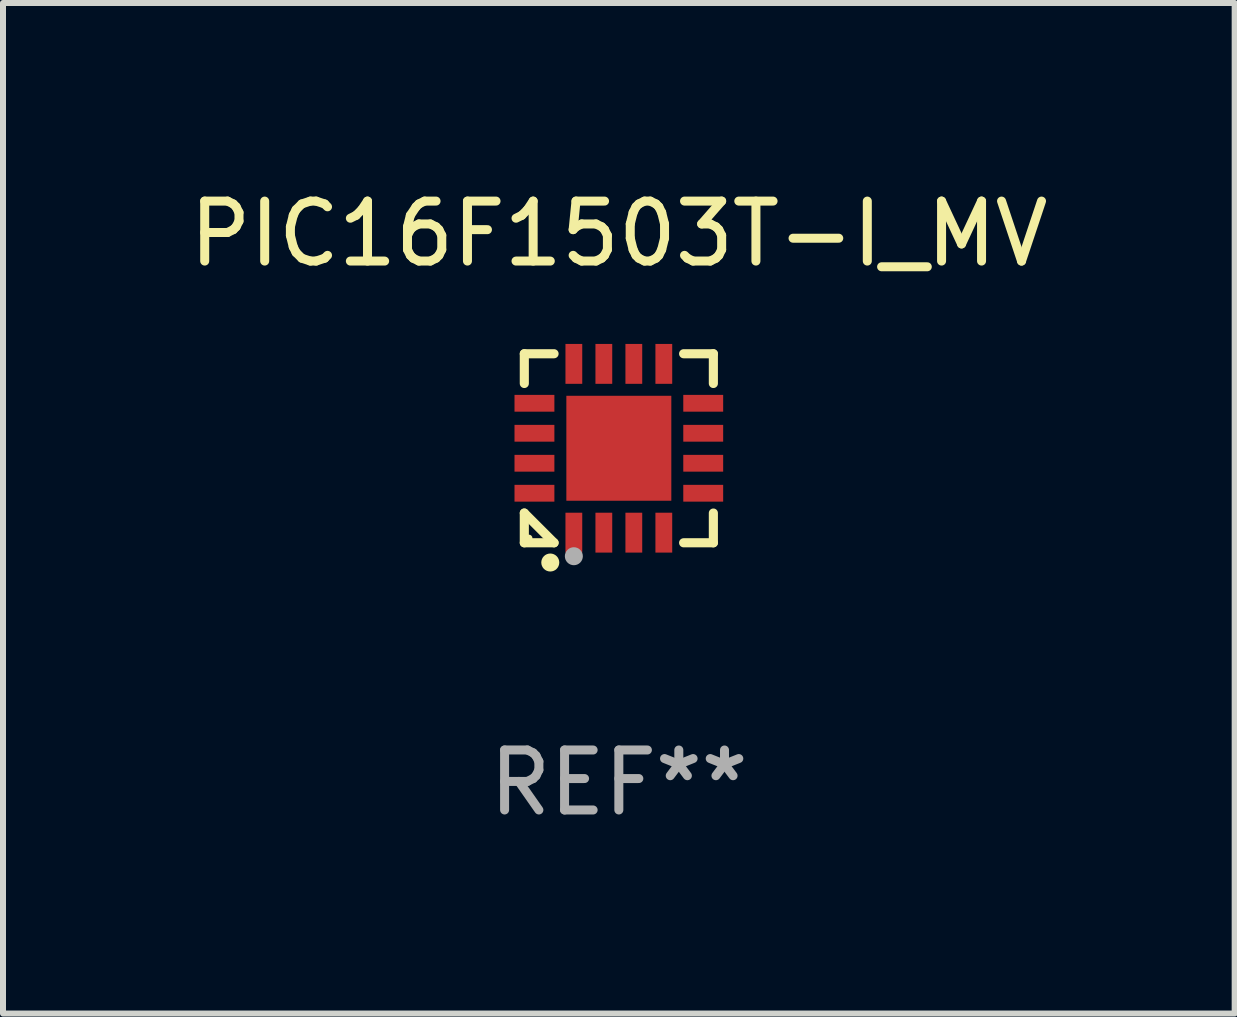
<source format=kicad_pcb>
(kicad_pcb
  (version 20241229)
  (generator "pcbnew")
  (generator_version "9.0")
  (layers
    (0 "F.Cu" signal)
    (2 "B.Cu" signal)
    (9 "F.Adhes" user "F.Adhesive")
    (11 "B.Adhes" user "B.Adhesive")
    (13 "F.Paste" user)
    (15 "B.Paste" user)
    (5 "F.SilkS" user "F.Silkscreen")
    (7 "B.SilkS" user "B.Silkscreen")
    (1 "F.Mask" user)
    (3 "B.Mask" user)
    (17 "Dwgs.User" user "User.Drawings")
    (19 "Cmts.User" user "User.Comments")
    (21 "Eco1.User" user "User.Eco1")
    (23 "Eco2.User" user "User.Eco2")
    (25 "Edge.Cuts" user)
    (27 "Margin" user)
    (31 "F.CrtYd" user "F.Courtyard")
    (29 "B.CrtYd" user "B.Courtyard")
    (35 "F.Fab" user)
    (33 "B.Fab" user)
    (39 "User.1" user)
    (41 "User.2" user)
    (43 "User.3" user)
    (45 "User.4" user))
  (footprint "PIC16F1503T-I_MV"
    (layer "F.Cu")
    (at 7.268 4.424)
    (property "Reference" "PIC16F1503T-I_MV" (at 0 -3.576 0) (layer "F.SilkS") (effects (font (size 1 1) (thickness 0.15))))
    (attr through_hole)
    (fp_line (start -1.576 -1.576) (end -1.08 -1.576) (stroke (width 0.152) (type solid)) (layer "F.SilkS"))
    (fp_line (start -1.576 -1.08) (end -1.576 -1.576) (stroke (width 0.152) (type solid)) (layer "F.SilkS"))
    (fp_line (start -1.576 1.08) (end -1.576 1.576) (stroke (width 0.152) (type solid)) (layer "F.SilkS"))
    (fp_line (start -1.576 1.576) (end -1.08 1.576) (stroke (width 0.152) (type solid)) (layer "F.SilkS"))
    (fp_line (start -1.08 1.576) (end -1.576 1.08) (stroke (width 0.152) (type solid)) (layer "F.SilkS"))
    (fp_line (start 1.576 -1.576) (end 1.08 -1.576) (stroke (width 0.152) (type solid)) (layer "F.SilkS"))
    (fp_line (start 1.576 -1.08) (end 1.576 -1.576) (stroke (width 0.152) (type solid)) (layer "F.SilkS"))
    (fp_line (start 1.576 1.08) (end 1.576 1.576) (stroke (width 0.152) (type solid)) (layer "F.SilkS"))
    (fp_line (start 1.576 1.576) (end 1.08 1.576) (stroke (width 0.152) (type solid)) (layer "F.SilkS"))
    (fp_circle (center -1.5 1.5) (end -1.47 1.5) (stroke (width 0.06) (type solid)) (fill no) (layer "F.SilkS"))
    (fp_circle (center -1.143 1.905) (end -1.068 1.905) (stroke (width 0.15) (type solid)) (fill no) (layer "F.SilkS"))
    (fp_circle (center -0.75 1.8) (end -0.675 1.8) (stroke (width 0.15) (type solid)) (fill no) (layer "F.Fab"))
    (fp_text user "REF**" (at 0 5.576 0) (layer "F.Fab") (effects (font (size 1 1) (thickness 0.15))))
    (pad "1" smd rect (at -0.75 1.407) (size 0.28 0.665) (layers "F.Cu" "F.Mask" "F.Paste"))
    (pad "2" smd rect (at -0.25 1.407) (size 0.28 0.665) (layers "F.Cu" "F.Mask" "F.Paste"))
    (pad "3" smd rect (at 0.25 1.407) (size 0.28 0.665) (layers "F.Cu" "F.Mask" "F.Paste"))
    (pad "4" smd rect (at 0.75 1.407) (size 0.28 0.665) (layers "F.Cu" "F.Mask" "F.Paste"))
    (pad "5" smd rect (at 1.407 0.75) (size 0.665 0.28) (layers "F.Cu" "F.Mask" "F.Paste"))
    (pad "6" smd rect (at 1.407 0.25) (size 0.665 0.28) (layers "F.Cu" "F.Mask" "F.Paste"))
    (pad "7" smd rect (at 1.407 -0.25) (size 0.665 0.28) (layers "F.Cu" "F.Mask" "F.Paste"))
    (pad "8" smd rect (at 1.407 -0.75) (size 0.665 0.28) (layers "F.Cu" "F.Mask" "F.Paste"))
    (pad "9" smd rect (at 0.75 -1.407) (size 0.28 0.665) (layers "F.Cu" "F.Mask" "F.Paste"))
    (pad "10" smd rect (at 0.25 -1.407) (size 0.28 0.665) (layers "F.Cu" "F.Mask" "F.Paste"))
    (pad "11" smd rect (at -0.25 -1.407) (size 0.28 0.665) (layers "F.Cu" "F.Mask" "F.Paste"))
    (pad "12" smd rect (at -0.75 -1.407) (size 0.28 0.665) (layers "F.Cu" "F.Mask" "F.Paste"))
    (pad "13" smd rect (at -1.407 -0.75) (size 0.665 0.28) (layers "F.Cu" "F.Mask" "F.Paste"))
    (pad "14" smd rect (at -1.407 -0.25) (size 0.665 0.28) (layers "F.Cu" "F.Mask" "F.Paste"))
    (pad "15" smd rect (at -1.407 0.25) (size 0.665 0.28) (layers "F.Cu" "F.Mask" "F.Paste"))
    (pad "16" smd rect (at -1.407 0.75) (size 0.665 0.28) (layers "F.Cu" "F.Mask" "F.Paste"))
    (pad "17" smd rect (at 0 0) (size 1.75 1.75) (layers "F.Cu" "F.Mask" "F.Paste")))
  (gr_rect
    (start -3 -3)
    (end 17.536 13.849)
    (stroke (width 0.1) (type default))
    (fill no)
    (layer "Edge.Cuts")))
</source>
